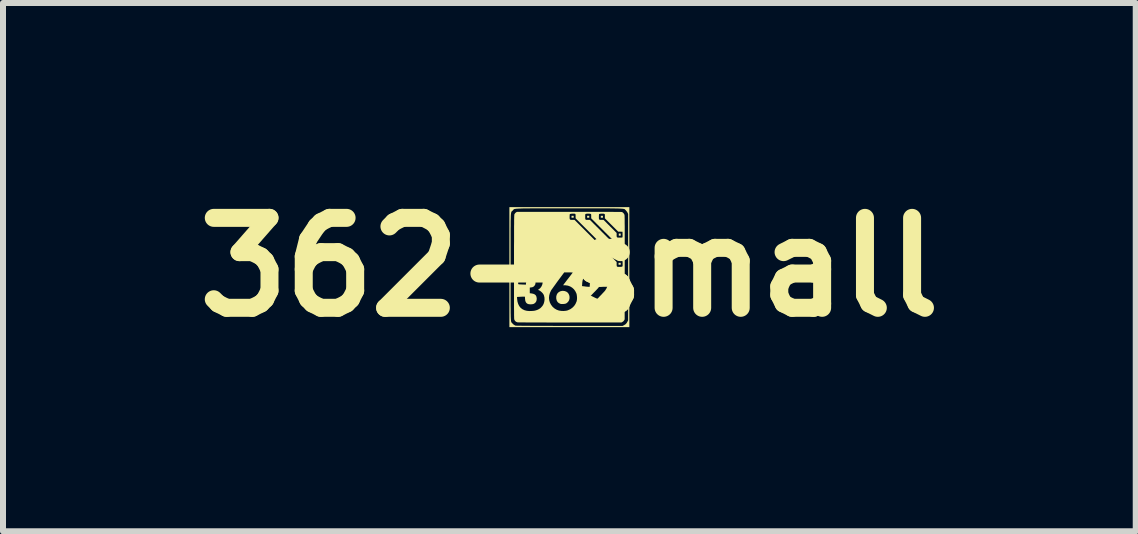
<source format=kicad_pcb>
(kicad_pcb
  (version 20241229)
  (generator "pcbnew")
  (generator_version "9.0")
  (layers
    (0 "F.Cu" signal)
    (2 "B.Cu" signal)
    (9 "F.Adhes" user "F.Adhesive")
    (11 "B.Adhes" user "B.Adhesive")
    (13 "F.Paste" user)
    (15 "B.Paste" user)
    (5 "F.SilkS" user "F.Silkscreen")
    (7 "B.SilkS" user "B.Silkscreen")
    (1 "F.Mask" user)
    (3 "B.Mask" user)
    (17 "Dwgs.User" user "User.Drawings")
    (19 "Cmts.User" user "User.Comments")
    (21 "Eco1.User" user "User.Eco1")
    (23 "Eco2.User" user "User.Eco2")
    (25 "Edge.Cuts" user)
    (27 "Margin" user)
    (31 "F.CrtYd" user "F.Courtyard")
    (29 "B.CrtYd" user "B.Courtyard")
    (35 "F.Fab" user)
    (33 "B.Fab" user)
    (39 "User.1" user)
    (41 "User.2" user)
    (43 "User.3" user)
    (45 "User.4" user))
  (footprint "362-small"
    (layer "F.Cu")
    (at 6.443 1.404)
    (property "Reference" "362-small" (at 0 0 0) (layer "F.SilkS") (effects (font (size 1.5 1.5) (thickness 0.3))))
    (attr board_only exclude_from_pos_files exclude_from_bom)
    (fp_poly (pts (xy 0.072 -0.84) (xy 0.072 -0.824) (xy 0.054 -0.824) (xy 0.036 -0.824) (xy 0.036 -0.84) (xy 0.036 -0.856) (xy 0.054 -0.856) (xy 0.072 -0.856)) (stroke (width 0) (type solid)) (fill yes) (layer "F.SilkS"))
    (fp_poly (pts (xy 0.332 -0.84) (xy 0.332 -0.824) (xy 0.314 -0.824) (xy 0.296 -0.824) (xy 0.296 -0.84) (xy 0.296 -0.856) (xy 0.314 -0.856) (xy 0.332 -0.856)) (stroke (width 0) (type solid)) (fill yes) (layer "F.SilkS"))
    (fp_poly (pts (xy 0.56 -0.84) (xy 0.56 -0.824) (xy 0.542 -0.824) (xy 0.524 -0.824) (xy 0.524 -0.84) (xy 0.524 -0.856) (xy 0.542 -0.856) (xy 0.56 -0.856)) (stroke (width 0) (type solid)) (fill yes) (layer "F.SilkS"))
    (fp_poly (pts (xy 0.856 -0.542) (xy 0.856 -0.524) (xy 0.84 -0.524) (xy 0.824 -0.524) (xy 0.824 -0.542) (xy 0.824 -0.56) (xy 0.84 -0.56) (xy 0.856 -0.56)) (stroke (width 0) (type solid)) (fill yes) (layer "F.SilkS"))
    (fp_poly (pts (xy 0.856 -0.314) (xy 0.856 -0.296) (xy 0.84 -0.296) (xy 0.824 -0.296) (xy 0.824 -0.314) (xy 0.824 -0.332) (xy 0.84 -0.332) (xy 0.856 -0.332)) (stroke (width 0) (type solid)) (fill yes) (layer "F.SilkS"))
    (fp_poly (pts (xy 0.856 -0.056) (xy 0.856 -0.04) (xy 0.838 -0.04) (xy 0.82 -0.04) (xy 0.82 -0.056) (xy 0.82 -0.072) (xy 0.838 -0.072) (xy 0.856 -0.072)) (stroke (width 0) (type solid)) (fill yes) (layer "F.SilkS"))
    (fp_poly (pts (xy -0.077 0.399) (xy -0.05 0.409) (xy -0.028 0.425) (xy -0.012 0.446) (xy -0.001 0.473) (xy 0.003 0.496) (xy 0.002 0.527) (xy -0.006 0.554) (xy -0.021 0.578) (xy -0.041 0.597) (xy -0.054 0.605) (xy -0.067 0.61) (xy -0.085 0.613) (xy -0.106 0.615) (xy -0.126 0.615) (xy -0.142 0.614) (xy -0.148 0.612) (xy -0.175 0.6) (xy -0.195 0.583) (xy -0.209 0.561) (xy -0.217 0.533) (xy -0.219 0.518) (xy -0.218 0.486) (xy -0.21 0.458) (xy -0.196 0.434) (xy -0.176 0.416) (xy -0.152 0.403) (xy -0.123 0.396) (xy -0.108 0.395)) (stroke (width 0) (type solid)) (fill yes) (layer "F.SilkS"))
    (fp_poly (pts (xy 1 0) (xy 1 1) (xy 0 1) (xy -1 1) (xy -1 0) (xy -1 -0.413) (xy -0.98 -0.413) (xy -0.98 -0.34) (xy -0.98 -0.259) (xy -0.98 -0.172) (xy -0.98 -0.077) (xy -0.98 0.000209) (xy -0.98 0.1) (xy -0.98 0.193) (xy -0.98 0.278) (xy -0.98 0.357) (xy -0.98 0.428) (xy -0.98 0.493) (xy -0.98 0.552) (xy -0.98 0.605) (xy -0.98 0.653) (xy -0.979 0.695) (xy -0.979 0.733) (xy -0.979 0.766) (xy -0.978 0.795) (xy -0.978 0.819) (xy -0.977 0.841) (xy -0.976 0.859) (xy -0.975 0.874) (xy -0.974 0.886) (xy -0.973 0.897) (xy -0.971 0.905) (xy -0.97 0.911) (xy -0.968 0.916) (xy -0.966 0.92) (xy -0.964 0.923) (xy -0.962 0.926) (xy -0.96 0.928) (xy -0.957 0.931) (xy -0.954 0.934) (xy -0.953 0.935) (xy -0.932 0.956) (xy -0.906 0.972) (xy -0.898 0.975) (xy -0.894 0.976) (xy -0.883 0.976) (xy -0.867 0.977) (xy -0.844 0.977) (xy -0.815 0.977) (xy -0.779 0.978) (xy -0.737 0.978) (xy -0.688 0.978) (xy -0.632 0.979) (xy -0.57 0.979) (xy -0.5 0.979) (xy -0.422 0.979) (xy -0.338 0.979) (xy -0.246 0.98) (xy -0.146 0.98) (xy -0.038 0.98) (xy 0.000361 0.98) (xy 0.887 0.98) (xy 0.911 0.968) (xy 0.937 0.952) (xy 0.956 0.931) (xy 0.97 0.906) (xy 0.98 0.886) (xy 0.98 0) (xy 0.98 -0.886) (xy 0.97 -0.908) (xy 0.96 -0.924) (xy 0.947 -0.94) (xy 0.94 -0.949) (xy 0.936 -0.952) (xy 0.933 -0.955) (xy 0.931 -0.958) (xy 0.928 -0.961) (xy 0.926 -0.963) (xy 0.922 -0.966) (xy 0.918 -0.968) (xy 0.912 -0.97) (xy 0.905 -0.971) (xy 0.895 -0.973) (xy 0.884 -0.974) (xy 0.87 -0.975) (xy 0.853 -0.976) (xy 0.834 -0.977) (xy 0.81 -0.978) (xy 0.783 -0.978) (xy 0.752 -0.979) (xy 0.716 -0.979) (xy 0.676 -0.98) (xy 0.631 -0.98) (xy 0.58 -0.98) (xy 0.523 -0.98) (xy 0.461 -0.98) (xy 0.393 -0.98) (xy 0.317 -0.98) (xy 0.235 -0.98) (xy 0.146 -0.98) (xy 0.049 -0.98) (xy -0.000001 -0.98) (xy -0.101 -0.98) (xy -0.194 -0.98) (xy -0.28 -0.98) (xy -0.358 -0.98) (xy -0.43 -0.98) (xy -0.496 -0.98) (xy -0.555 -0.98) (xy -0.608 -0.98) (xy -0.656 -0.98) (xy -0.699 -0.979) (xy -0.737 -0.979) (xy -0.771 -0.979) (xy -0.8 -0.978) (xy -0.825 -0.977) (xy -0.847 -0.976) (xy -0.865 -0.975) (xy -0.88 -0.974) (xy -0.893 -0.973) (xy -0.903 -0.971) (xy -0.912 -0.97) (xy -0.918 -0.968) (xy -0.923 -0.966) (xy -0.927 -0.963) (xy -0.93 -0.961) (xy -0.933 -0.958) (xy -0.936 -0.954) (xy -0.938 -0.951) (xy -0.941 -0.947) (xy -0.944 -0.944) (xy -0.948 -0.941) (xy -0.952 -0.938) (xy -0.955 -0.935) (xy -0.958 -0.933) (xy -0.961 -0.93) (xy -0.964 -0.926) (xy -0.966 -0.922) (xy -0.968 -0.917) (xy -0.97 -0.91) (xy -0.972 -0.901) (xy -0.973 -0.89) (xy -0.975 -0.877) (xy -0.976 -0.861) (xy -0.977 -0.842) (xy -0.977 -0.819) (xy -0.978 -0.793) (xy -0.979 -0.763) (xy -0.979 -0.728) (xy -0.979 -0.689) (xy -0.98 -0.645) (xy -0.98 -0.596) (xy -0.98 -0.541) (xy -0.98 -0.48) (xy -0.98 -0.413) (xy -1 -0.413) (xy -1 -1) (xy 0 -1) (xy 1 -1)) (stroke (width 0) (type solid)) (fill yes) (layer "F.SilkS"))
    (fp_poly (pts (xy 0.079 -0.922) (xy 0.16 -0.922) (xy 0.238 -0.922) (xy 0.314 -0.922) (xy 0.386 -0.922) (xy 0.455 -0.922) (xy 0.521 -0.921) (xy 0.581 -0.921) (xy 0.638 -0.921) (xy 0.689 -0.921) (xy 0.735 -0.921) (xy 0.775 -0.92) (xy 0.809 -0.92) (xy 0.836 -0.92) (xy 0.857 -0.92) (xy 0.87 -0.919) (xy 0.876 -0.919) (xy 0.876 -0.919) (xy 0.891 -0.911) (xy 0.904 -0.898) (xy 0.915 -0.882) (xy 0.92 -0.867) (xy 0.92 -0.861) (xy 0.921 -0.848) (xy 0.921 -0.829) (xy 0.922 -0.803) (xy 0.922 -0.771) (xy 0.922 -0.731) (xy 0.923 -0.685) (xy 0.923 -0.632) (xy 0.923 -0.571) (xy 0.923 -0.503) (xy 0.923 -0.427) (xy 0.923 -0.344) (xy 0.923 -0.254) (xy 0.923 -0.155) (xy 0.923 -0.049) (xy 0.923 0.012) (xy 0.922 0.87) (xy 0.913 0.887) (xy 0.902 0.901) (xy 0.887 0.912) (xy 0.887 0.913) (xy 0.87 0.922) (xy 0.008 0.923) (xy -0.075 0.923) (xy -0.155 0.923) (xy -0.233 0.923) (xy -0.309 0.923) (xy -0.381 0.923) (xy -0.45 0.922) (xy -0.515 0.922) (xy -0.575 0.922) (xy -0.631 0.922) (xy -0.682 0.922) (xy -0.728 0.922) (xy -0.767 0.921) (xy -0.801 0.921) (xy -0.828 0.921) (xy -0.848 0.921) (xy -0.861 0.92) (xy -0.867 0.92) (xy -0.867 0.92) (xy -0.889 0.911) (xy -0.906 0.897) (xy -0.917 0.877) (xy -0.92 0.866) (xy -0.92 0.86) (xy -0.921 0.848) (xy -0.921 0.829) (xy -0.922 0.803) (xy -0.922 0.771) (xy -0.922 0.732) (xy -0.923 0.685) (xy -0.923 0.632) (xy -0.923 0.571) (xy -0.923 0.503) (xy -0.923 0.497) (xy -0.873 0.497) (xy -0.871 0.53) (xy -0.865 0.576) (xy -0.853 0.615) (xy -0.836 0.649) (xy -0.813 0.678) (xy -0.785 0.7) (xy -0.751 0.717) (xy -0.72 0.726) (xy -0.693 0.73) (xy -0.663 0.732) (xy -0.63 0.731) (xy -0.599 0.729) (xy -0.573 0.725) (xy -0.57 0.724) (xy -0.537 0.714) (xy -0.51 0.701) (xy -0.485 0.685) (xy -0.472 0.673) (xy -0.448 0.646) (xy -0.43 0.615) (xy -0.419 0.58) (xy -0.414 0.545) (xy -0.415 0.512) (xy -0.34 0.512) (xy -0.336 0.552) (xy -0.325 0.59) (xy -0.307 0.625) (xy -0.283 0.657) (xy -0.277 0.664) (xy -0.245 0.691) (xy -0.21 0.711) (xy -0.173 0.724) (xy -0.132 0.73) (xy -0.098 0.731) (xy -0.074 0.729) (xy -0.054 0.727) (xy -0.037 0.723) (xy -0.024 0.719) (xy 0.016 0.701) (xy 0.05 0.677) (xy 0.079 0.648) (xy 0.092 0.629) (xy 0.208 0.629) (xy 0.208 0.677) (xy 0.208 0.724) (xy 0.434 0.724) (xy 0.66 0.724) (xy 0.66 0.668) (xy 0.66 0.612) (xy 0.524 0.611) (xy 0.388 0.61) (xy 0.486 0.509) (xy 0.509 0.484) (xy 0.532 0.461) (xy 0.552 0.439) (xy 0.57 0.42) (xy 0.584 0.405) (xy 0.594 0.394) (xy 0.598 0.388) (xy 0.619 0.354) (xy 0.633 0.319) (xy 0.64 0.282) (xy 0.641 0.246) (xy 0.636 0.211) (xy 0.623 0.179) (xy 0.605 0.15) (xy 0.593 0.137) (xy 0.573 0.12) (xy 0.547 0.105) (xy 0.519 0.092) (xy 0.492 0.084) (xy 0.49 0.084) (xy 0.466 0.081) (xy 0.437 0.079) (xy 0.407 0.08) (xy 0.38 0.083) (xy 0.362 0.086) (xy 0.325 0.098) (xy 0.292 0.117) (xy 0.264 0.141) (xy 0.242 0.17) (xy 0.227 0.203) (xy 0.222 0.217) (xy 0.219 0.232) (xy 0.216 0.251) (xy 0.214 0.271) (xy 0.214 0.278) (xy 0.211 0.315) (xy 0.224 0.318) (xy 0.237 0.319) (xy 0.254 0.321) (xy 0.274 0.324) (xy 0.293 0.326) (xy 0.31 0.327) (xy 0.323 0.328) (xy 0.327 0.328) (xy 0.339 0.328) (xy 0.341 0.287) (xy 0.343 0.257) (xy 0.349 0.234) (xy 0.357 0.216) (xy 0.368 0.202) (xy 0.372 0.199) (xy 0.391 0.188) (xy 0.414 0.182) (xy 0.439 0.181) (xy 0.463 0.185) (xy 0.482 0.194) (xy 0.499 0.208) (xy 0.51 0.227) (xy 0.516 0.249) (xy 0.515 0.273) (xy 0.509 0.299) (xy 0.496 0.326) (xy 0.481 0.348) (xy 0.475 0.354) (xy 0.464 0.366) (xy 0.449 0.382) (xy 0.43 0.402) (xy 0.408 0.424) (xy 0.384 0.449) (xy 0.358 0.476) (xy 0.337 0.497) (xy 0.208 0.629) (xy 0.092 0.629) (xy 0.102 0.614) (xy 0.119 0.575) (xy 0.121 0.571) (xy 0.126 0.545) (xy 0.128 0.515) (xy 0.126 0.484) (xy 0.122 0.455) (xy 0.116 0.435) (xy 0.098 0.399) (xy 0.075 0.368) (xy 0.046 0.342) (xy 0.013 0.322) (xy -0.023 0.309) (xy -0.062 0.303) (xy -0.073 0.302) (xy -0.087 0.302) (xy -0.098 0.302) (xy -0.104 0.301) (xy -0.104 0.301) (xy -0.102 0.298) (xy -0.095 0.289) (xy -0.085 0.275) (xy -0.071 0.257) (xy -0.055 0.236) (xy -0.037 0.212) (xy -0.024 0.196) (xy -0.005 0.171) (xy 0.013 0.148) (xy 0.028 0.128) (xy 0.041 0.111) (xy 0.05 0.099) (xy 0.055 0.091) (xy 0.056 0.09) (xy 0.052 0.089) (xy 0.042 0.089) (xy 0.026 0.088) (xy 0.006 0.088) (xy -0.015 0.088) (xy -0.086 0.088) (xy -0.191 0.229) (xy -0.213 0.259) (xy -0.234 0.289) (xy -0.254 0.316) (xy -0.271 0.34) (xy -0.286 0.361) (xy -0.298 0.377) (xy -0.305 0.388) (xy -0.307 0.392) (xy -0.325 0.432) (xy -0.336 0.472) (xy -0.34 0.512) (xy -0.415 0.512) (xy -0.415 0.509) (xy -0.423 0.474) (xy -0.43 0.457) (xy -0.441 0.44) (xy -0.457 0.422) (xy -0.475 0.406) (xy -0.493 0.392) (xy -0.506 0.386) (xy -0.524 0.379) (xy -0.506 0.367) (xy -0.484 0.348) (xy -0.466 0.323) (xy -0.453 0.295) (xy -0.446 0.264) (xy -0.446 0.233) (xy -0.446 0.229) (xy -0.453 0.202) (xy -0.466 0.175) (xy -0.483 0.149) (xy -0.498 0.133) (xy -0.529 0.11) (xy -0.563 0.093) (xy -0.601 0.084) (xy -0.644 0.08) (xy -0.648 0.08) (xy -0.692 0.083) (xy -0.73 0.092) (xy -0.764 0.107) (xy -0.793 0.127) (xy -0.804 0.139) (xy -0.825 0.167) (xy -0.84 0.198) (xy -0.85 0.235) (xy -0.853 0.263) (xy -0.854 0.275) (xy -0.853 0.282) (xy -0.849 0.284) (xy -0.842 0.286) (xy -0.834 0.287) (xy -0.819 0.288) (xy -0.8 0.289) (xy -0.78 0.29) (xy -0.778 0.29) (xy -0.725 0.292) (xy -0.723 0.267) (xy -0.718 0.239) (xy -0.707 0.217) (xy -0.691 0.201) (xy -0.671 0.191) (xy -0.647 0.188) (xy -0.623 0.192) (xy -0.599 0.2) (xy -0.581 0.214) (xy -0.569 0.233) (xy -0.564 0.254) (xy -0.566 0.277) (xy -0.57 0.291) (xy -0.582 0.311) (xy -0.598 0.326) (xy -0.618 0.335) (xy -0.638 0.338) (xy -0.66 0.341) (xy -0.66 0.388) (xy -0.66 0.435) (xy -0.633 0.438) (xy -0.603 0.444) (xy -0.579 0.454) (xy -0.561 0.469) (xy -0.55 0.49) (xy -0.545 0.515) (xy -0.544 0.528) (xy -0.547 0.554) (xy -0.555 0.576) (xy -0.569 0.594) (xy -0.569 0.595) (xy -0.584 0.606) (xy -0.599 0.614) (xy -0.618 0.618) (xy -0.642 0.62) (xy -0.647 0.62) (xy -0.676 0.618) (xy -0.698 0.611) (xy -0.716 0.598) (xy -0.728 0.58) (xy -0.736 0.556) (xy -0.739 0.527) (xy -0.741 0.492) (xy -0.764 0.492) (xy -0.778 0.492) (xy -0.797 0.493) (xy -0.818 0.494) (xy -0.83 0.495) (xy -0.873 0.497) (xy -0.923 0.497) (xy -0.923 0.428) (xy -0.923 0.345) (xy -0.923 0.255) (xy -0.923 0.157) (xy -0.923 0.051) (xy -0.923 -0.012) (xy -0.923 -0.11) (xy -0.923 -0.199) (xy -0.923 -0.282) (xy -0.923 -0.358) (xy -0.922 -0.426) (xy -0.922 -0.489) (xy -0.922 -0.545) (xy -0.922 -0.596) (xy -0.922 -0.641) (xy -0.922 -0.681) (xy -0.921 -0.716) (xy -0.921 -0.747) (xy -0.921 -0.773) (xy -0.921 -0.796) (xy -0.92 -0.816) (xy -0.92 -0.832) (xy -0.92 -0.839) (xy 0.004 -0.839) (xy 0.004 -0.818) (xy 0.006 -0.804) (xy 0.01 -0.795) (xy 0.018 -0.79) (xy 0.031 -0.788) (xy 0.05 -0.788) (xy 0.051 -0.788) (xy 0.086 -0.788) (xy 0.437 -0.437) (xy 0.788 -0.086) (xy 0.788 -0.052) (xy 0.788 -0.033) (xy 0.79 -0.021) (xy 0.792 -0.013) (xy 0.796 -0.009) (xy 0.8 -0.007) (xy 0.809 -0.005) (xy 0.823 -0.005) (xy 0.839 -0.004) (xy 0.856 -0.005) (xy 0.87 -0.006) (xy 0.878 -0.008) (xy 0.882 -0.01) (xy 0.885 -0.013) (xy 0.887 -0.018) (xy 0.888 -0.027) (xy 0.888 -0.042) (xy 0.888 -0.056) (xy 0.888 -0.077) (xy 0.887 -0.092) (xy 0.883 -0.101) (xy 0.876 -0.106) (xy 0.864 -0.108) (xy 0.847 -0.108) (xy 0.841 -0.108) (xy 0.81 -0.108) (xy 0.457 -0.461) (xy 0.104 -0.814) (xy 0.104 -0.84) (xy 0.264 -0.84) (xy 0.264 -0.819) (xy 0.265 -0.804) (xy 0.269 -0.795) (xy 0.276 -0.79) (xy 0.288 -0.788) (xy 0.305 -0.788) (xy 0.311 -0.788) (xy 0.342 -0.788) (xy 0.565 -0.565) (xy 0.788 -0.342) (xy 0.788 -0.313) (xy 0.789 -0.297) (xy 0.79 -0.283) (xy 0.792 -0.274) (xy 0.794 -0.27) (xy 0.797 -0.267) (xy 0.802 -0.265) (xy 0.811 -0.264) (xy 0.826 -0.264) (xy 0.84 -0.264) (xy 0.859 -0.264) (xy 0.872 -0.265) (xy 0.88 -0.266) (xy 0.885 -0.268) (xy 0.888 -0.271) (xy 0.888 -0.272) (xy 0.89 -0.279) (xy 0.891 -0.292) (xy 0.892 -0.308) (xy 0.892 -0.314) (xy 0.892 -0.335) (xy 0.89 -0.349) (xy 0.886 -0.357) (xy 0.879 -0.362) (xy 0.867 -0.364) (xy 0.849 -0.364) (xy 0.849 -0.364) (xy 0.814 -0.364) (xy 0.589 -0.589) (xy 0.364 -0.814) (xy 0.364 -0.837) (xy 0.492 -0.837) (xy 0.492 -0.817) (xy 0.494 -0.803) (xy 0.498 -0.794) (xy 0.506 -0.79) (xy 0.519 -0.788) (xy 0.538 -0.788) (xy 0.539 -0.788) (xy 0.57 -0.788) (xy 0.679 -0.679) (xy 0.788 -0.57) (xy 0.788 -0.539) (xy 0.788 -0.519) (xy 0.79 -0.506) (xy 0.794 -0.498) (xy 0.802 -0.494) (xy 0.816 -0.492) (xy 0.836 -0.492) (xy 0.837 -0.492) (xy 0.855 -0.492) (xy 0.87 -0.493) (xy 0.88 -0.494) (xy 0.883 -0.495) (xy 0.885 -0.499) (xy 0.887 -0.508) (xy 0.887 -0.523) (xy 0.887 -0.544) (xy 0.886 -0.59) (xy 0.85 -0.591) (xy 0.814 -0.592) (xy 0.703 -0.703) (xy 0.592 -0.814) (xy 0.592 -0.849) (xy 0.592 -0.866) (xy 0.591 -0.877) (xy 0.59 -0.883) (xy 0.586 -0.886) (xy 0.581 -0.888) (xy 0.581 -0.888) (xy 0.571 -0.891) (xy 0.556 -0.892) (xy 0.54 -0.892) (xy 0.523 -0.891) (xy 0.509 -0.889) (xy 0.499 -0.886) (xy 0.496 -0.884) (xy 0.494 -0.878) (xy 0.493 -0.865) (xy 0.492 -0.849) (xy 0.492 -0.837) (xy 0.364 -0.837) (xy 0.364 -0.849) (xy 0.364 -0.866) (xy 0.363 -0.877) (xy 0.362 -0.883) (xy 0.358 -0.886) (xy 0.354 -0.888) (xy 0.343 -0.89) (xy 0.327 -0.892) (xy 0.309 -0.892) (xy 0.292 -0.891) (xy 0.279 -0.889) (xy 0.274 -0.888) (xy 0.27 -0.886) (xy 0.267 -0.883) (xy 0.265 -0.878) (xy 0.264 -0.869) (xy 0.264 -0.854) (xy 0.264 -0.84) (xy 0.104 -0.84) (xy 0.104 -0.849) (xy 0.104 -0.866) (xy 0.103 -0.877) (xy 0.101 -0.883) (xy 0.098 -0.887) (xy 0.096 -0.888) (xy 0.087 -0.891) (xy 0.073 -0.892) (xy 0.057 -0.892) (xy 0.04 -0.891) (xy 0.025 -0.889) (xy 0.014 -0.887) (xy 0.008 -0.884) (xy 0.008 -0.884) (xy 0.006 -0.878) (xy 0.005 -0.865) (xy 0.004 -0.849) (xy 0.004 -0.839) (xy -0.92 -0.839) (xy -0.919 -0.845) (xy -0.919 -0.856) (xy -0.918 -0.864) (xy -0.918 -0.871) (xy -0.917 -0.875) (xy -0.917 -0.879) (xy -0.916 -0.882) (xy -0.915 -0.884) (xy -0.914 -0.885) (xy -0.906 -0.897) (xy -0.895 -0.909) (xy -0.891 -0.911) (xy -0.875 -0.922) (xy -0.004 -0.922)) (stroke (width 0) (type solid)) (fill yes) (layer "F.SilkS")))
  (gr_rect
    (start -3 -3)
    (end 15.886 5.808)
    (stroke (width 0.1) (type default))
    (fill no)
    (layer "Edge.Cuts")))
</source>
